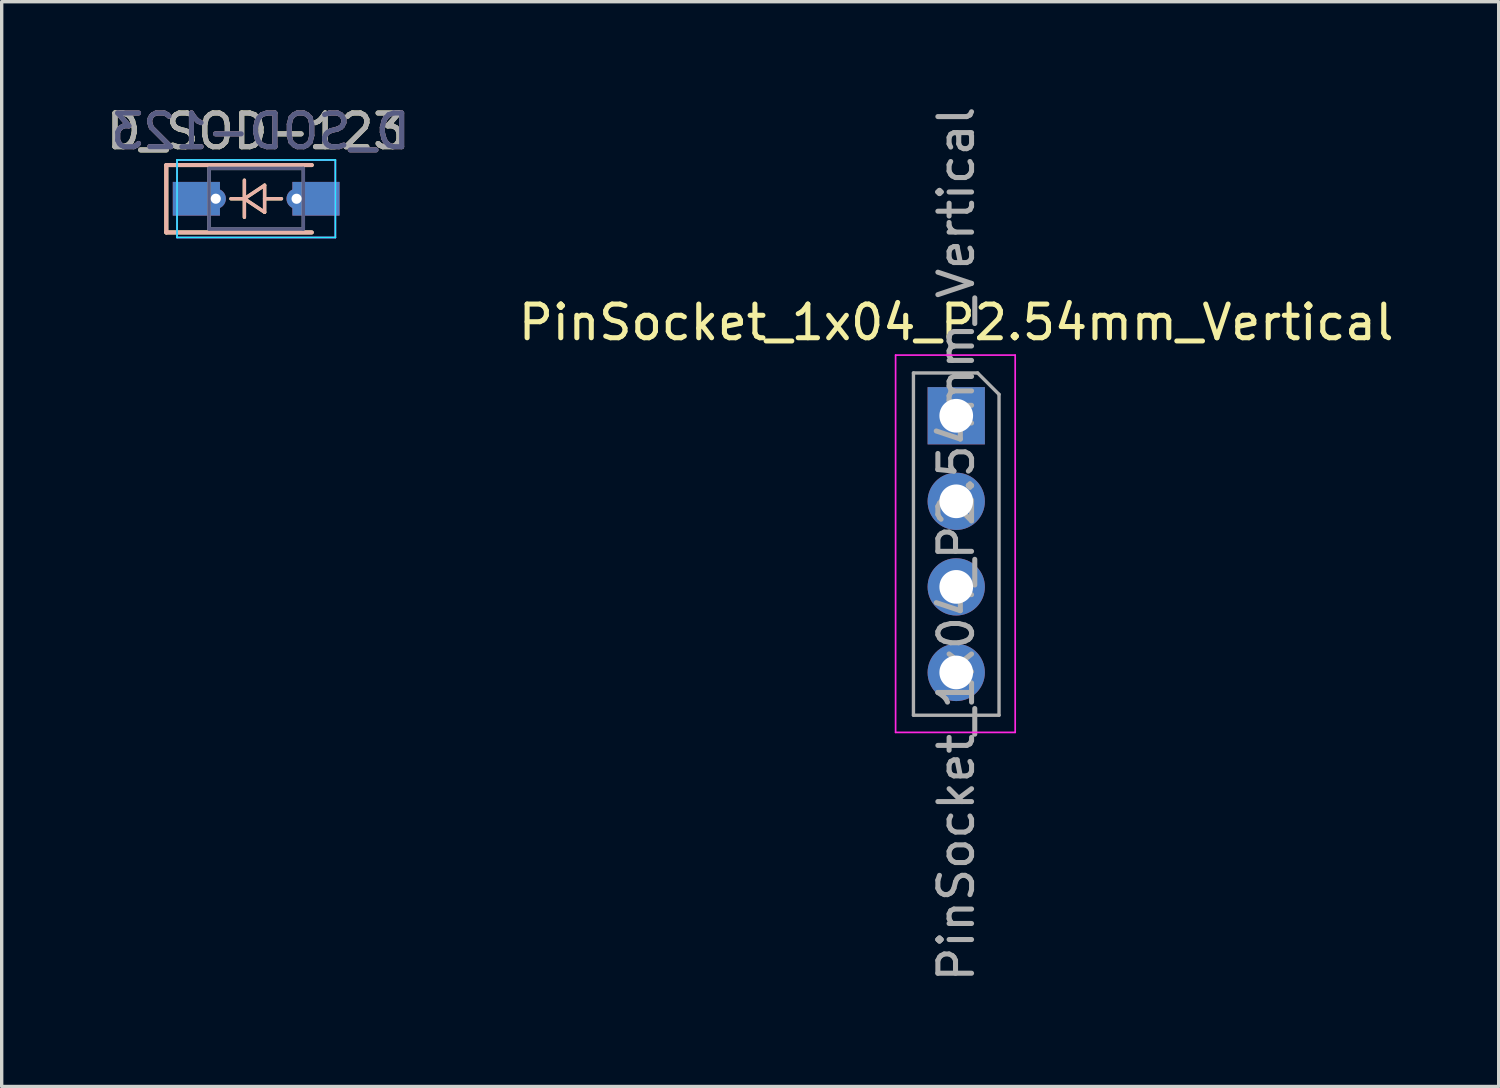
<source format=kicad_pcb>
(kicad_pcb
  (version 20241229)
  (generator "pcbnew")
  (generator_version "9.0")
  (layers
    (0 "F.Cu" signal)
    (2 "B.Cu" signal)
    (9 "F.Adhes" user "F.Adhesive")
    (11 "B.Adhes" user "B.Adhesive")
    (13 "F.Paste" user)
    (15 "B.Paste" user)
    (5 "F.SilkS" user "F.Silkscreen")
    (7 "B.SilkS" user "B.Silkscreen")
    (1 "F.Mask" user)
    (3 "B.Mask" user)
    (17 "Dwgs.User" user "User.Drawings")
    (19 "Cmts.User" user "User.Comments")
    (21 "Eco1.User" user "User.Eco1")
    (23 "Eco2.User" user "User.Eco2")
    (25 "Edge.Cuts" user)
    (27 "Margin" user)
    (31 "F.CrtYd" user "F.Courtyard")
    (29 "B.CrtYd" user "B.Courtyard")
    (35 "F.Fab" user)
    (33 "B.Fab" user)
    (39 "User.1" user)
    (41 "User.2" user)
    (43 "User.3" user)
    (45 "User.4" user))
  (footprint "D_SOD-123"
    (layer "F.Cu")
    (at 4.554 2.85)
    (property "Reference" "D_SOD-123" (at 0 -2 0) (layer "F.SilkS") (effects (font (size 1 1) (thickness 0.15))))
    (attr smd)
    (fp_line (start -2.667 -1) (end -2.667 1) (stroke (width 0.12) (type solid)) (layer "F.SilkS"))
    (fp_line (start -2.667 -1) (end 1.65 -1) (stroke (width 0.12) (type solid)) (layer "F.SilkS"))
    (fp_line (start -2.667 1) (end 1.65 1) (stroke (width 0.12) (type solid)) (layer "F.SilkS"))
    (fp_line (start -0.75 0) (end -0.35 0) (stroke (width 0.1) (type solid)) (layer "F.SilkS"))
    (fp_line (start -0.35 0) (end -0.35 -0.55) (stroke (width 0.1) (type solid)) (layer "F.SilkS"))
    (fp_line (start -0.35 0) (end -0.35 0.55) (stroke (width 0.1) (type solid)) (layer "F.SilkS"))
    (fp_line (start -0.35 0) (end 0.25 -0.4) (stroke (width 0.1) (type solid)) (layer "F.SilkS"))
    (fp_line (start 0.25 -0.4) (end 0.25 0.4) (stroke (width 0.1) (type solid)) (layer "F.SilkS"))
    (fp_line (start 0.25 0) (end 0.75 0) (stroke (width 0.1) (type solid)) (layer "F.SilkS"))
    (fp_line (start 0.25 0.4) (end -0.35 0) (stroke (width 0.1) (type solid)) (layer "F.SilkS"))
    (fp_line (start -2.667 -1.001) (end 1.651 -1.001) (stroke (width 0.12) (type solid)) (layer "B.SilkS"))
    (fp_line (start -2.667 0.999) (end -2.667 -1.001) (stroke (width 0.12) (type solid)) (layer "B.SilkS"))
    (fp_line (start -2.667 0.999) (end 1.651 0.999) (stroke (width 0.12) (type solid)) (layer "B.SilkS"))
    (fp_line (start -0.749 -0.001) (end -0.349 -0.001) (stroke (width 0.1) (type solid)) (layer "B.SilkS"))
    (fp_line (start -0.349 -0.001) (end -0.349 -0.551) (stroke (width 0.1) (type solid)) (layer "B.SilkS"))
    (fp_line (start -0.349 -0.001) (end -0.349 0.549) (stroke (width 0.1) (type solid)) (layer "B.SilkS"))
    (fp_line (start -0.349 -0.001) (end 0.251 0.399) (stroke (width 0.1) (type solid)) (layer "B.SilkS"))
    (fp_line (start 0.251 -0.401) (end -0.349 -0.001) (stroke (width 0.1) (type solid)) (layer "B.SilkS"))
    (fp_line (start 0.251 -0.001) (end 0.751 -0.001) (stroke (width 0.1) (type solid)) (layer "B.SilkS"))
    (fp_line (start 0.251 0.399) (end 0.251 -0.401) (stroke (width 0.1) (type solid)) (layer "B.SilkS"))
    (fp_line (start -2.349 1.149) (end -2.349 -1.151) (stroke (width 0.05) (type solid)) (layer "B.CrtYd"))
    (fp_line (start -2.349 1.149) (end 2.351 1.149) (stroke (width 0.05) (type solid)) (layer "B.CrtYd"))
    (fp_line (start 2.351 -1.151) (end -2.349 -1.151) (stroke (width 0.05) (type solid)) (layer "B.CrtYd"))
    (fp_line (start 2.351 1.149) (end 2.351 -1.151) (stroke (width 0.05) (type solid)) (layer "B.CrtYd"))
    (fp_line (start -2.35 -1.15) (end -2.35 1.15) (stroke (width 0.05) (type solid)) (layer "F.CrtYd"))
    (fp_line (start -2.35 -1.15) (end 2.35 -1.15) (stroke (width 0.05) (type solid)) (layer "F.CrtYd"))
    (fp_line (start 2.35 -1.15) (end 2.35 1.15) (stroke (width 0.05) (type solid)) (layer "F.CrtYd"))
    (fp_line (start 2.35 1.15) (end -2.35 1.15) (stroke (width 0.05) (type solid)) (layer "F.CrtYd"))
    (fp_line (start -1.399 -0.901) (end -1.399 0.899) (stroke (width 0.1) (type solid)) (layer "B.Fab"))
    (fp_line (start -1.399 0.899) (end 1.401 0.899) (stroke (width 0.1) (type solid)) (layer "B.Fab"))
    (fp_line (start 1.401 -0.901) (end -1.399 -0.901) (stroke (width 0.1) (type solid)) (layer "B.Fab"))
    (fp_line (start 1.401 0.899) (end 1.401 -0.901) (stroke (width 0.1) (type solid)) (layer "B.Fab"))
    (fp_line (start -1.4 -0.9) (end 1.4 -0.9) (stroke (width 0.1) (type solid)) (layer "F.Fab"))
    (fp_line (start -1.4 0.9) (end -1.4 -0.9) (stroke (width 0.1) (type solid)) (layer "F.Fab"))
    (fp_line (start 1.4 -0.9) (end 1.4 0.9) (stroke (width 0.1) (type solid)) (layer "F.Fab"))
    (fp_line (start 1.4 0.9) (end -1.4 0.9) (stroke (width 0.1) (type solid)) (layer "F.Fab"))
    (fp_text user "${REFERENCE}" (at 0.127 -2.001 180) (layer "B.SilkS") (effects (font (size 1 1) (thickness 0.15)) (justify mirror)))
    (fp_text user "${REFERENCE}" (at 0.127 -2.001 180) (layer "B.Fab") (effects (font (size 1 1) (thickness 0.15)) (justify mirror)))
    (fp_text user "${REFERENCE}" (at 0 -2 0) (layer "F.Fab") (effects (font (size 1 1) (thickness 0.15))))
    (pad "1" smd rect (at -1.775 0 180) (size 1.4 1) (layers "F.Cu" "F.Mask" "F.Paste"))
    (pad "1" smd rect (at -1.775 0 180) (size 1.4 1) (layers "B.Cu" "B.Mask" "B.Paste"))
    (pad "1" thru_hole circle (at -1.199 -0.001) (size 0.6 0.6) (drill 0.3) (layers "*.Cu" "*.Mask"))
    (pad "2" thru_hole circle (at 1.2 0) (size 0.6 0.6) (drill 0.3) (layers "*.Cu" "*.Mask"))
    (pad "2" smd rect (at 1.775 0 180) (size 1.4 1) (layers "F.Cu" "F.Mask" "F.Paste"))
    (pad "2" smd rect (at 1.775 0 180) (size 1.4 1) (layers "B.Cu" "B.Mask" "B.Paste")))
  (footprint "PinSocket_1x04_P2.54mm_Vertical"
    (layer "F.Cu")
    (at 25.335 9.291)
    (property "Reference" "PinSocket_1x04_P2.54mm_Vertical" (at 0 -2.77 0) (layer "F.SilkS") (effects (font (size 1 1) (thickness 0.15))))
    (attr through_hole)
    (fp_line (start -1.8 -1.8) (end 1.75 -1.8) (stroke (width 0.05) (type solid)) (layer "F.CrtYd"))
    (fp_line (start -1.8 9.4) (end -1.8 -1.8) (stroke (width 0.05) (type solid)) (layer "F.CrtYd"))
    (fp_line (start 1.75 -1.8) (end 1.75 9.4) (stroke (width 0.05) (type solid)) (layer "F.CrtYd"))
    (fp_line (start 1.75 9.4) (end -1.8 9.4) (stroke (width 0.05) (type solid)) (layer "F.CrtYd"))
    (fp_line (start -1.27 -1.27) (end 0.635 -1.27) (stroke (width 0.1) (type solid)) (layer "F.Fab"))
    (fp_line (start -1.27 8.89) (end -1.27 -1.27) (stroke (width 0.1) (type solid)) (layer "F.Fab"))
    (fp_line (start 0.635 -1.27) (end 1.27 -0.635) (stroke (width 0.1) (type solid)) (layer "F.Fab"))
    (fp_line (start 1.27 -0.635) (end 1.27 8.89) (stroke (width 0.1) (type solid)) (layer "F.Fab"))
    (fp_line (start 1.27 8.89) (end -1.27 8.89) (stroke (width 0.1) (type solid)) (layer "F.Fab"))
    (fp_text user "${REFERENCE}" (at 0 3.81 90) (layer "F.Fab") (effects (font (size 1 1) (thickness 0.15))))
    (pad "1" thru_hole rect (at 0 0) (size 1.7 1.7) (drill 1) (layers "*.Cu" "*.Mask"))
    (pad "2" thru_hole oval (at 0 2.54) (size 1.7 1.7) (drill 1) (layers "*.Cu" "*.Mask"))
    (pad "3" thru_hole oval (at 0 5.08) (size 1.7 1.7) (drill 1) (layers "*.Cu" "*.Mask"))
    (pad "4" thru_hole oval (at 0 7.62) (size 1.7 1.7) (drill 1) (layers "*.Cu" "*.Mask")))
  (gr_rect
    (start -3 -3)
    (end 41.437 29.202)
    (stroke (width 0.1) (type default))
    (fill no)
    (layer "Edge.Cuts")))
</source>
